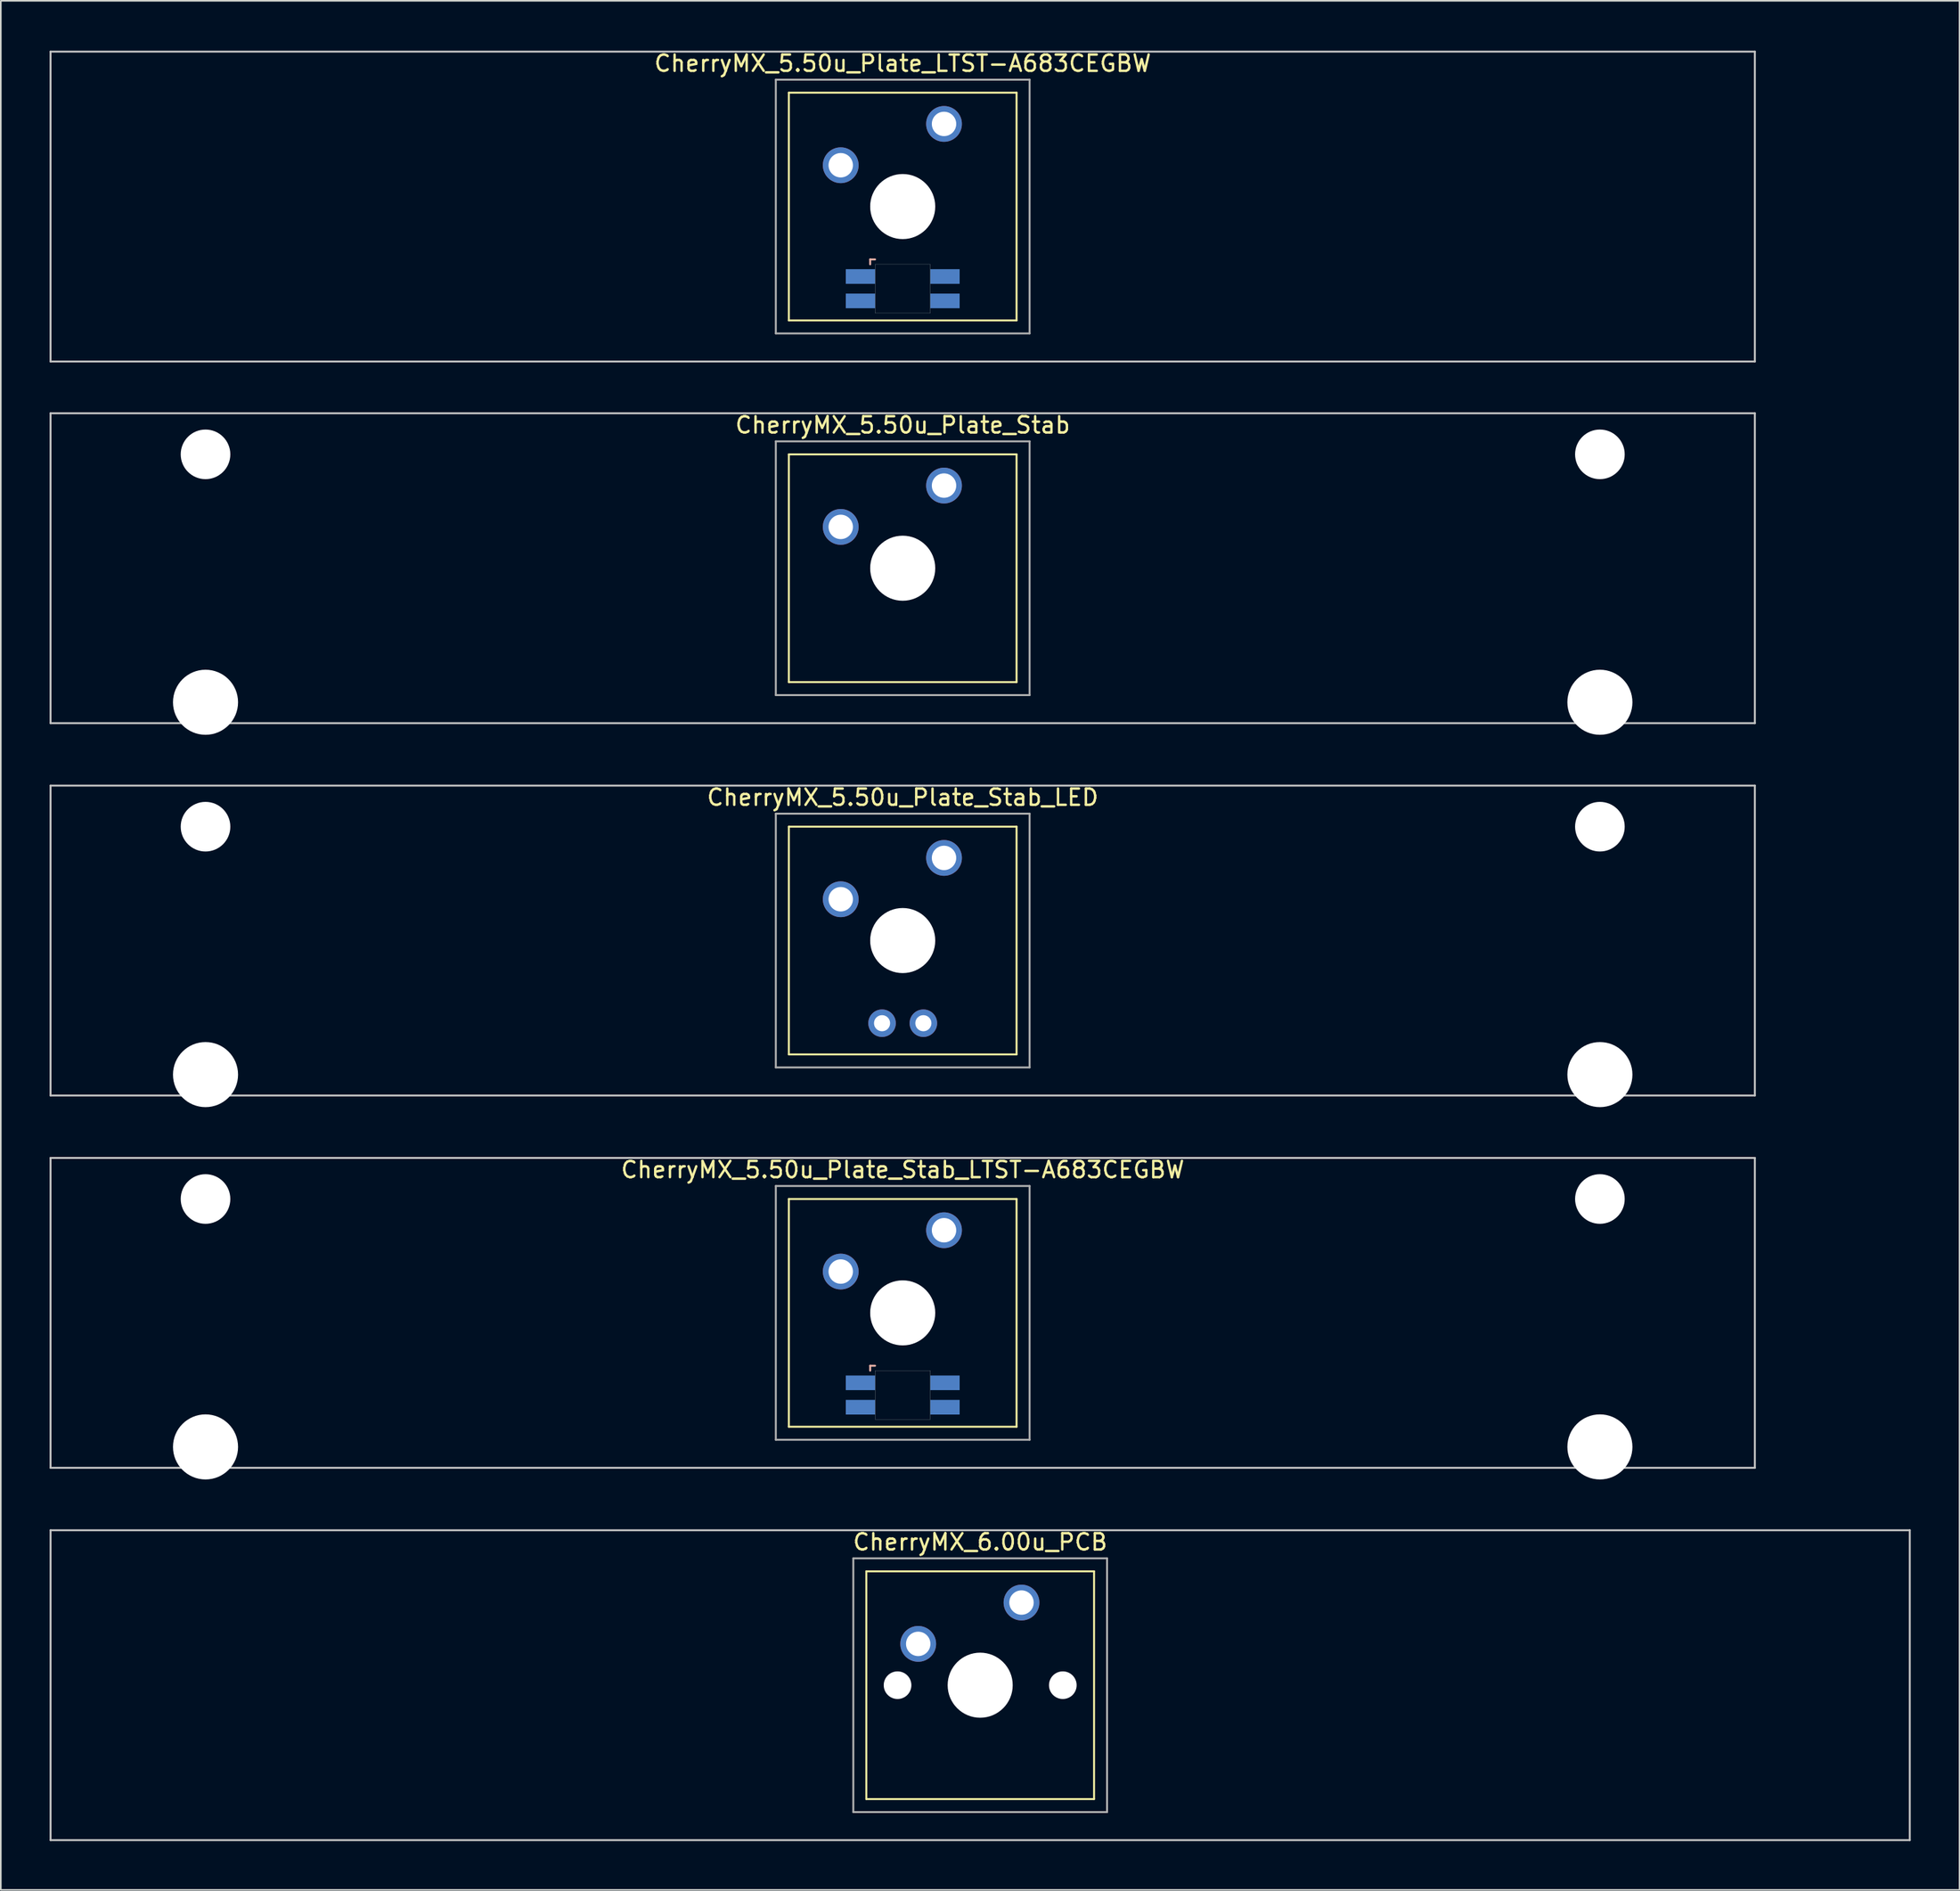
<source format=kicad_pcb>
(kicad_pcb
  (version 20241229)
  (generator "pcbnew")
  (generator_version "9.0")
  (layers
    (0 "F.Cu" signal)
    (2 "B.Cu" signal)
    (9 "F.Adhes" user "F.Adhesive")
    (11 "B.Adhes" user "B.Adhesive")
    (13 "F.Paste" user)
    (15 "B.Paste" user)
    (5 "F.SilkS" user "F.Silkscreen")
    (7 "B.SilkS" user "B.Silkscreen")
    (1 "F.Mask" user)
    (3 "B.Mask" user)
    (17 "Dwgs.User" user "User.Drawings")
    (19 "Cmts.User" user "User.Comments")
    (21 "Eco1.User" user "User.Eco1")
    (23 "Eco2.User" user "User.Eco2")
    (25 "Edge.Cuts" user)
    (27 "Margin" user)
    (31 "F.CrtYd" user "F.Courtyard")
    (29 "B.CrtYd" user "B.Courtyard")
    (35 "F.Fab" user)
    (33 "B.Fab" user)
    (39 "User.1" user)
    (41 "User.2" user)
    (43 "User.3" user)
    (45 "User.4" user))
  (footprint "CherryMX_5.50u_Plate_Stab_LED"
    (layer "F.Cu")
    (at 52.447 54.77)
    (property "Reference" "CherryMX_5.50u_Plate_Stab_LED" (at 0 -8.8 0) (layer "F.SilkS") (effects (font (size 1 1) (thickness 0.15))))
    (attr through_hole)
    (fp_line (start -7 -7) (end -7 7) (stroke (width 0.12) (type solid)) (layer "F.SilkS"))
    (fp_line (start -7 -7) (end 7 -7) (stroke (width 0.12) (type solid)) (layer "F.SilkS"))
    (fp_line (start 7 -7) (end 7 7) (stroke (width 0.12) (type solid)) (layer "F.SilkS"))
    (fp_line (start 7 7) (end -7 7) (stroke (width 0.12) (type solid)) (layer "F.SilkS"))
    (fp_line (start -52.388 -9.525) (end 52.388 -9.525) (stroke (width 0.12) (type solid)) (layer "Dwgs.User"))
    (fp_line (start -52.388 9.525) (end -52.388 -9.525) (stroke (width 0.12) (type solid)) (layer "Dwgs.User"))
    (fp_line (start 52.388 -9.525) (end 52.388 9.525) (stroke (width 0.12) (type solid)) (layer "Dwgs.User"))
    (fp_line (start 52.388 9.525) (end -52.388 9.525) (stroke (width 0.12) (type solid)) (layer "Dwgs.User"))
    (fp_line (start -7.8 -7.8) (end -7.8 7.8) (stroke (width 0.12) (type solid)) (layer "F.Fab"))
    (fp_line (start -7.8 -7.8) (end 7.8 -7.8) (stroke (width 0.12) (type solid)) (layer "F.Fab"))
    (fp_line (start -7.8 7.8) (end 7.8 7.8) (stroke (width 0.12) (type solid)) (layer "F.Fab"))
    (fp_line (start 7.8 -7.8) (end 7.8 7.8) (stroke (width 0.12) (type solid)) (layer "F.Fab"))
    (pad "" np_thru_hole circle (at -42.862 -7) (size 3.05 3.05) (drill 3.05) (layers "*.Cu" "*.Mask"))
    (pad "" np_thru_hole circle (at -42.862 8.24) (size 4 4) (drill 4) (layers "*.Cu" "*.Mask"))
    (pad "" np_thru_hole circle (at 0 0) (size 4 4) (drill 4) (layers "*.Cu" "*.Mask"))
    (pad "" np_thru_hole circle (at 42.862 -7) (size 3.05 3.05) (drill 3.05) (layers "*.Cu" "*.Mask"))
    (pad "" np_thru_hole circle (at 42.862 8.24) (size 4 4) (drill 4) (layers "*.Cu" "*.Mask"))
    (pad "1" thru_hole circle (at -3.81 -2.54) (size 2.2 2.2) (drill 1.5) (layers "*.Cu" "*.Mask"))
    (pad "2" thru_hole circle (at 2.54 -5.08) (size 2.2 2.2) (drill 1.5) (layers "*.Cu" "*.Mask"))
    (pad "3" thru_hole circle (at -1.27 5.08) (size 1.691 1.691) (drill 0.991) (layers "*.Cu" "*.Mask"))
    (pad "4" thru_hole circle (at 1.27 5.08) (size 1.691 1.691) (drill 0.991) (layers "*.Cu" "*.Mask")))
  (footprint "CherryMX_5.50u_Plate_LTST-A683CEGBW"
    (layer "F.Cu")
    (at 52.447 9.648)
    (property "Reference" "CherryMX_5.50u_Plate_LTST-A683CEGBW" (at 0 -8.8 0) (layer "F.SilkS") (effects (font (size 1 1) (thickness 0.15))))
    (attr through_hole)
    (fp_line (start -7 -7) (end -7 7) (stroke (width 0.12) (type solid)) (layer "F.SilkS"))
    (fp_line (start -7 -7) (end 7 -7) (stroke (width 0.12) (type solid)) (layer "F.SilkS"))
    (fp_line (start 7 -7) (end 7 7) (stroke (width 0.12) (type solid)) (layer "F.SilkS"))
    (fp_line (start 7 7) (end -7 7) (stroke (width 0.12) (type solid)) (layer "F.SilkS"))
    (fp_line (start -2 3.25) (end -2 3.55) (stroke (width 0.12) (type solid)) (layer "B.SilkS"))
    (fp_line (start -1.7 3.25) (end -2 3.25) (stroke (width 0.12) (type solid)) (layer "B.SilkS"))
    (fp_line (start -52.388 -9.525) (end 52.388 -9.525) (stroke (width 0.12) (type solid)) (layer "Dwgs.User"))
    (fp_line (start -52.388 9.525) (end -52.388 -9.525) (stroke (width 0.12) (type solid)) (layer "Dwgs.User"))
    (fp_line (start 52.388 -9.525) (end 52.388 9.525) (stroke (width 0.12) (type solid)) (layer "Dwgs.User"))
    (fp_line (start 52.388 9.525) (end -52.388 9.525) (stroke (width 0.12) (type solid)) (layer "Dwgs.User"))
    (fp_poly (pts (xy 1.7 6.55) (xy -1.7 6.55) (xy -1.7 3.55) (xy 1.7 3.55)) (stroke (width 0.01) (type solid)) (fill no) (layer "Edge.Cuts"))
    (fp_line (start -7.8 -7.8) (end -7.8 7.8) (stroke (width 0.12) (type solid)) (layer "F.Fab"))
    (fp_line (start -7.8 -7.8) (end 7.8 -7.8) (stroke (width 0.12) (type solid)) (layer "F.Fab"))
    (fp_line (start -7.8 7.8) (end 7.8 7.8) (stroke (width 0.12) (type solid)) (layer "F.Fab"))
    (fp_line (start 7.8 -7.8) (end 7.8 7.8) (stroke (width 0.12) (type solid)) (layer "F.Fab"))
    (pad "" np_thru_hole circle (at 0 0) (size 4 4) (drill 4) (layers "*.Cu" "*.Mask"))
    (pad "1" thru_hole circle (at -3.81 -2.54) (size 2.2 2.2) (drill 1.5) (layers "*.Cu" "*.Mask"))
    (pad "2" thru_hole circle (at 2.54 -5.08) (size 2.2 2.2) (drill 1.5) (layers "*.Cu" "*.Mask"))
    (pad "3" smd rect (at -2.6 4.3) (size 1.8 0.9) (layers "B.Cu" "B.Mask" "B.Paste"))
    (pad "4" smd rect (at -2.6 5.8) (size 1.8 0.9) (layers "B.Cu" "B.Mask" "B.Paste"))
    (pad "5" smd rect (at 2.6 4.3) (size 1.8 0.9) (layers "B.Cu" "B.Mask" "B.Paste"))
    (pad "6" smd rect (at 2.6 5.8) (size 1.8 0.9) (layers "B.Cu" "B.Mask" "B.Paste")))
  (footprint "CherryMX_5.50u_Plate_Stab"
    (layer "F.Cu")
    (at 52.447 31.881)
    (property "Reference" "CherryMX_5.50u_Plate_Stab" (at 0 -8.8 0) (layer "F.SilkS") (effects (font (size 1 1) (thickness 0.15))))
    (attr through_hole)
    (fp_line (start -7 -7) (end -7 7) (stroke (width 0.12) (type solid)) (layer "F.SilkS"))
    (fp_line (start -7 -7) (end 7 -7) (stroke (width 0.12) (type solid)) (layer "F.SilkS"))
    (fp_line (start 7 -7) (end 7 7) (stroke (width 0.12) (type solid)) (layer "F.SilkS"))
    (fp_line (start 7 7) (end -7 7) (stroke (width 0.12) (type solid)) (layer "F.SilkS"))
    (fp_line (start -52.388 -9.525) (end 52.388 -9.525) (stroke (width 0.12) (type solid)) (layer "Dwgs.User"))
    (fp_line (start -52.388 9.525) (end -52.388 -9.525) (stroke (width 0.12) (type solid)) (layer "Dwgs.User"))
    (fp_line (start 52.388 -9.525) (end 52.388 9.525) (stroke (width 0.12) (type solid)) (layer "Dwgs.User"))
    (fp_line (start 52.388 9.525) (end -52.388 9.525) (stroke (width 0.12) (type solid)) (layer "Dwgs.User"))
    (fp_line (start -7.8 -7.8) (end -7.8 7.8) (stroke (width 0.12) (type solid)) (layer "F.Fab"))
    (fp_line (start -7.8 -7.8) (end 7.8 -7.8) (stroke (width 0.12) (type solid)) (layer "F.Fab"))
    (fp_line (start -7.8 7.8) (end 7.8 7.8) (stroke (width 0.12) (type solid)) (layer "F.Fab"))
    (fp_line (start 7.8 -7.8) (end 7.8 7.8) (stroke (width 0.12) (type solid)) (layer "F.Fab"))
    (pad "" np_thru_hole circle (at -42.862 -7) (size 3.05 3.05) (drill 3.05) (layers "*.Cu" "*.Mask"))
    (pad "" np_thru_hole circle (at -42.862 8.24) (size 4 4) (drill 4) (layers "*.Cu" "*.Mask"))
    (pad "" np_thru_hole circle (at 0 0) (size 4 4) (drill 4) (layers "*.Cu" "*.Mask"))
    (pad "" np_thru_hole circle (at 42.862 -7) (size 3.05 3.05) (drill 3.05) (layers "*.Cu" "*.Mask"))
    (pad "" np_thru_hole circle (at 42.862 8.24) (size 4 4) (drill 4) (layers "*.Cu" "*.Mask"))
    (pad "1" thru_hole circle (at -3.81 -2.54) (size 2.2 2.2) (drill 1.5) (layers "*.Cu" "*.Mask"))
    (pad "2" thru_hole circle (at 2.54 -5.08) (size 2.2 2.2) (drill 1.5) (layers "*.Cu" "*.Mask")))
  (footprint "CherryMX_6.00u_PCB"
    (layer "F.Cu")
    (at 57.21 100.546)
    (property "Reference" "CherryMX_6.00u_PCB" (at 0 -8.8 0) (layer "F.SilkS") (effects (font (size 1 1) (thickness 0.15))))
    (attr through_hole)
    (fp_line (start -7 -7) (end -7 7) (stroke (width 0.12) (type solid)) (layer "F.SilkS"))
    (fp_line (start -7 -7) (end 7 -7) (stroke (width 0.12) (type solid)) (layer "F.SilkS"))
    (fp_line (start 7 -7) (end 7 7) (stroke (width 0.12) (type solid)) (layer "F.SilkS"))
    (fp_line (start 7 7) (end -7 7) (stroke (width 0.12) (type solid)) (layer "F.SilkS"))
    (fp_line (start -57.15 -9.525) (end 57.15 -9.525) (stroke (width 0.12) (type solid)) (layer "Dwgs.User"))
    (fp_line (start -57.15 9.525) (end -57.15 -9.525) (stroke (width 0.12) (type solid)) (layer "Dwgs.User"))
    (fp_line (start 57.15 -9.525) (end 57.15 9.525) (stroke (width 0.12) (type solid)) (layer "Dwgs.User"))
    (fp_line (start 57.15 9.525) (end -57.15 9.525) (stroke (width 0.12) (type solid)) (layer "Dwgs.User"))
    (fp_line (start -7.8 -7.8) (end -7.8 7.8) (stroke (width 0.12) (type solid)) (layer "F.Fab"))
    (fp_line (start -7.8 -7.8) (end 7.8 -7.8) (stroke (width 0.12) (type solid)) (layer "F.Fab"))
    (fp_line (start -7.8 7.8) (end 7.8 7.8) (stroke (width 0.12) (type solid)) (layer "F.Fab"))
    (fp_line (start 7.8 -7.8) (end 7.8 7.8) (stroke (width 0.12) (type solid)) (layer "F.Fab"))
    (pad "" np_thru_hole circle (at -5.08 0) (size 1.7 1.7) (drill 1.7) (layers "*.Cu" "*.Mask"))
    (pad "" np_thru_hole circle (at 0 0) (size 4 4) (drill 4) (layers "*.Cu" "*.Mask"))
    (pad "" np_thru_hole circle (at 5.08 0) (size 1.7 1.7) (drill 1.7) (layers "*.Cu" "*.Mask"))
    (pad "1" thru_hole circle (at -3.81 -2.54) (size 2.2 2.2) (drill 1.5) (layers "*.Cu" "*.Mask"))
    (pad "2" thru_hole circle (at 2.54 -5.08) (size 2.2 2.2) (drill 1.5) (layers "*.Cu" "*.Mask")))
  (footprint "CherryMX_5.50u_Plate_Stab_LTST-A683CEGBW"
    (layer "F.Cu")
    (at 52.447 77.658)
    (property "Reference" "CherryMX_5.50u_Plate_Stab_LTST-A683CEGBW" (at 0 -8.8 0) (layer "F.SilkS") (effects (font (size 1 1) (thickness 0.15))))
    (attr through_hole)
    (fp_line (start -7 -7) (end -7 7) (stroke (width 0.12) (type solid)) (layer "F.SilkS"))
    (fp_line (start -7 -7) (end 7 -7) (stroke (width 0.12) (type solid)) (layer "F.SilkS"))
    (fp_line (start 7 -7) (end 7 7) (stroke (width 0.12) (type solid)) (layer "F.SilkS"))
    (fp_line (start 7 7) (end -7 7) (stroke (width 0.12) (type solid)) (layer "F.SilkS"))
    (fp_line (start -2 3.25) (end -2 3.55) (stroke (width 0.12) (type solid)) (layer "B.SilkS"))
    (fp_line (start -1.7 3.25) (end -2 3.25) (stroke (width 0.12) (type solid)) (layer "B.SilkS"))
    (fp_line (start -52.388 -9.525) (end 52.388 -9.525) (stroke (width 0.12) (type solid)) (layer "Dwgs.User"))
    (fp_line (start -52.388 9.525) (end -52.388 -9.525) (stroke (width 0.12) (type solid)) (layer "Dwgs.User"))
    (fp_line (start 52.388 -9.525) (end 52.388 9.525) (stroke (width 0.12) (type solid)) (layer "Dwgs.User"))
    (fp_line (start 52.388 9.525) (end -52.388 9.525) (stroke (width 0.12) (type solid)) (layer "Dwgs.User"))
    (fp_poly (pts (xy 1.7 6.55) (xy -1.7 6.55) (xy -1.7 3.55) (xy 1.7 3.55)) (stroke (width 0.01) (type solid)) (fill no) (layer "Edge.Cuts"))
    (fp_line (start -7.8 -7.8) (end -7.8 7.8) (stroke (width 0.12) (type solid)) (layer "F.Fab"))
    (fp_line (start -7.8 -7.8) (end 7.8 -7.8) (stroke (width 0.12) (type solid)) (layer "F.Fab"))
    (fp_line (start -7.8 7.8) (end 7.8 7.8) (stroke (width 0.12) (type solid)) (layer "F.Fab"))
    (fp_line (start 7.8 -7.8) (end 7.8 7.8) (stroke (width 0.12) (type solid)) (layer "F.Fab"))
    (pad "" np_thru_hole circle (at -42.862 -7) (size 3.05 3.05) (drill 3.05) (layers "*.Cu" "*.Mask"))
    (pad "" np_thru_hole circle (at -42.862 8.24) (size 4 4) (drill 4) (layers "*.Cu" "*.Mask"))
    (pad "" np_thru_hole circle (at 0 0) (size 4 4) (drill 4) (layers "*.Cu" "*.Mask"))
    (pad "" np_thru_hole circle (at 42.862 -7) (size 3.05 3.05) (drill 3.05) (layers "*.Cu" "*.Mask"))
    (pad "" np_thru_hole circle (at 42.862 8.24) (size 4 4) (drill 4) (layers "*.Cu" "*.Mask"))
    (pad "1" thru_hole circle (at -3.81 -2.54) (size 2.2 2.2) (drill 1.5) (layers "*.Cu" "*.Mask"))
    (pad "2" thru_hole circle (at 2.54 -5.08) (size 2.2 2.2) (drill 1.5) (layers "*.Cu" "*.Mask"))
    (pad "3" smd rect (at -2.6 4.3) (size 1.8 0.9) (layers "B.Cu" "B.Mask" "B.Paste"))
    (pad "4" smd rect (at -2.6 5.8) (size 1.8 0.9) (layers "B.Cu" "B.Mask" "B.Paste"))
    (pad "5" smd rect (at 2.6 4.3) (size 1.8 0.9) (layers "B.Cu" "B.Mask" "B.Paste"))
    (pad "6" smd rect (at 2.6 5.8) (size 1.8 0.9) (layers "B.Cu" "B.Mask" "B.Paste")))
  (gr_rect
    (start -3 -3)
    (end 117.42 113.131)
    (stroke (width 0.1) (type default))
    (fill no)
    (layer "Edge.Cuts")))
</source>
